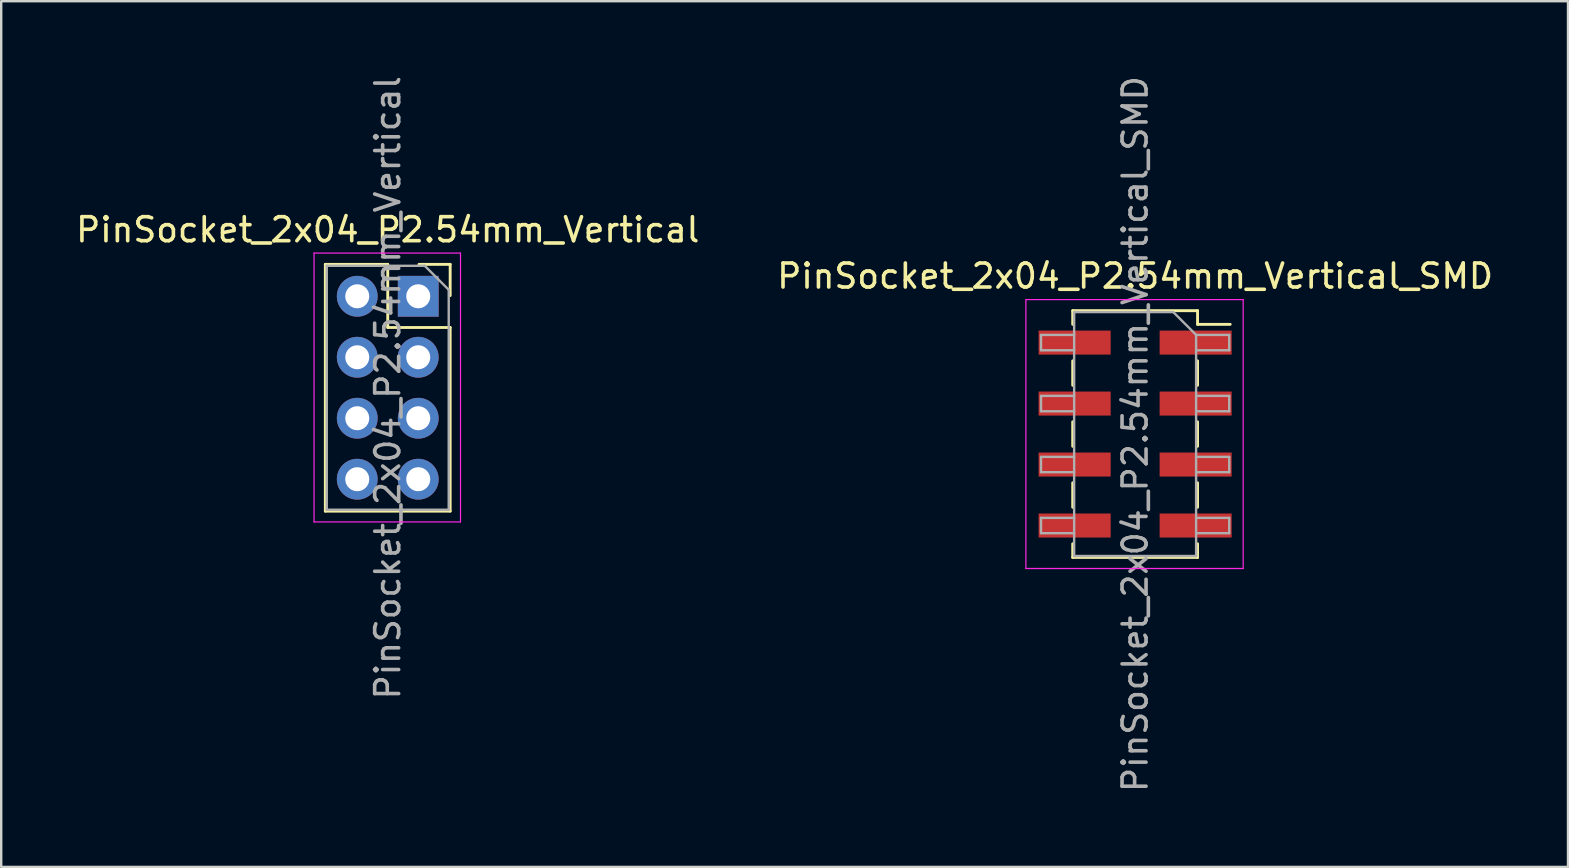
<source format=kicad_pcb>
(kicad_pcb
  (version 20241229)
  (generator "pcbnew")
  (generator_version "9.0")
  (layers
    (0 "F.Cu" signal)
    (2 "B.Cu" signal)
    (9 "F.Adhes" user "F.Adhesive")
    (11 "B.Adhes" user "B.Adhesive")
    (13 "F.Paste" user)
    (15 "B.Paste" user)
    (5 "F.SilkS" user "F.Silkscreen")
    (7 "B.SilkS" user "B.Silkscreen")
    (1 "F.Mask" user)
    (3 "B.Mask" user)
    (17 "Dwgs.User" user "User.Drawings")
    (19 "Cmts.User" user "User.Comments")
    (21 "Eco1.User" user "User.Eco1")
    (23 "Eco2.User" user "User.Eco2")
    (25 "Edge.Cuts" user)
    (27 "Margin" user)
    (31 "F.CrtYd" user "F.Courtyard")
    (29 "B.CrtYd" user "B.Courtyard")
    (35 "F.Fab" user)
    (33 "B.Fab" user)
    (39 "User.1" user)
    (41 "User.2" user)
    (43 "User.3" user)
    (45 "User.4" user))
  (footprint "PinSocket_2x04_P2.54mm_Vertical"
    (layer "F.Cu")
    (at 14.371 9.291)
    (property "Reference" "PinSocket_2x04_P2.54mm_Vertical" (at -1.27 -2.77 0) (layer "F.SilkS") (effects (font (size 1 1) (thickness 0.15))))
    (attr through_hole)
    (fp_line (start -3.87 -1.33) (end -3.87 8.95) (stroke (width 0.12) (type solid)) (layer "F.SilkS"))
    (fp_line (start -3.87 8.95) (end 1.33 8.95) (stroke (width 0.12) (type solid)) (layer "F.SilkS"))
    (fp_line (start -1.27 -1.33) (end -3.87 -1.33) (stroke (width 0.12) (type solid)) (layer "F.SilkS"))
    (fp_line (start -1.27 1.3) (end -1.27 -1.33) (stroke (width 0.12) (type solid)) (layer "F.SilkS"))
    (fp_line (start 1.33 -1.33) (end 0.03 -1.33) (stroke (width 0.12) (type solid)) (layer "F.SilkS"))
    (fp_line (start 1.33 -0.03) (end 1.33 -1.33) (stroke (width 0.12) (type solid)) (layer "F.SilkS"))
    (fp_line (start 1.33 1.3) (end -1.27 1.3) (stroke (width 0.12) (type solid)) (layer "F.SilkS"))
    (fp_line (start 1.33 8.95) (end 1.33 1.3) (stroke (width 0.12) (type solid)) (layer "F.SilkS"))
    (fp_line (start -4.34 -1.8) (end 1.76 -1.8) (stroke (width 0.05) (type solid)) (layer "F.CrtYd"))
    (fp_line (start -4.34 9.4) (end -4.34 -1.8) (stroke (width 0.05) (type solid)) (layer "F.CrtYd"))
    (fp_line (start 1.76 -1.8) (end 1.76 9.4) (stroke (width 0.05) (type solid)) (layer "F.CrtYd"))
    (fp_line (start 1.76 9.4) (end -4.34 9.4) (stroke (width 0.05) (type solid)) (layer "F.CrtYd"))
    (fp_line (start -3.81 -1.27) (end 0.27 -1.27) (stroke (width 0.1) (type solid)) (layer "F.Fab"))
    (fp_line (start -3.81 8.89) (end -3.81 -1.27) (stroke (width 0.1) (type solid)) (layer "F.Fab"))
    (fp_line (start 0.27 -1.27) (end 1.27 -0.27) (stroke (width 0.1) (type solid)) (layer "F.Fab"))
    (fp_line (start 1.27 -0.27) (end 1.27 8.89) (stroke (width 0.1) (type solid)) (layer "F.Fab"))
    (fp_line (start 1.27 8.89) (end -3.81 8.89) (stroke (width 0.1) (type solid)) (layer "F.Fab"))
    (fp_text user "${REFERENCE}" (at -1.27 3.81 90) (layer "F.Fab") (effects (font (size 1 1) (thickness 0.15))))
    (pad "1" thru_hole rect (at 0 0) (size 1.7 1.7) (drill 1) (layers "*.Cu" "*.Mask"))
    (pad "2" thru_hole oval (at -2.54 0) (size 1.7 1.7) (drill 1) (layers "*.Cu" "*.Mask"))
    (pad "3" thru_hole oval (at 0 2.54) (size 1.7 1.7) (drill 1) (layers "*.Cu" "*.Mask"))
    (pad "4" thru_hole oval (at -2.54 2.54) (size 1.7 1.7) (drill 1) (layers "*.Cu" "*.Mask"))
    (pad "5" thru_hole oval (at 0 5.08) (size 1.7 1.7) (drill 1) (layers "*.Cu" "*.Mask"))
    (pad "6" thru_hole oval (at -2.54 5.08) (size 1.7 1.7) (drill 1) (layers "*.Cu" "*.Mask"))
    (pad "7" thru_hole oval (at 0 7.62) (size 1.7 1.7) (drill 1) (layers "*.Cu" "*.Mask"))
    (pad "8" thru_hole oval (at -2.54 7.62) (size 1.7 1.7) (drill 1) (layers "*.Cu" "*.Mask")))
  (footprint "PinSocket_2x04_P2.54mm_Vertical_SMD"
    (layer "F.Cu")
    (at 44.232 15.03)
    (property "Reference" "PinSocket_2x04_P2.54mm_Vertical_SMD" (at 0 -6.58 0) (layer "F.SilkS") (effects (font (size 1 1) (thickness 0.15))))
    (attr smd)
    (fp_line (start -2.6 -5.14) (end -2.6 -4.57) (stroke (width 0.12) (type solid)) (layer "F.SilkS"))
    (fp_line (start -2.6 -5.14) (end 2.6 -5.14) (stroke (width 0.12) (type solid)) (layer "F.SilkS"))
    (fp_line (start -2.6 -3.05) (end -2.6 -2.03) (stroke (width 0.12) (type solid)) (layer "F.SilkS"))
    (fp_line (start -2.6 -0.51) (end -2.6 0.51) (stroke (width 0.12) (type solid)) (layer "F.SilkS"))
    (fp_line (start -2.6 2.03) (end -2.6 3.05) (stroke (width 0.12) (type solid)) (layer "F.SilkS"))
    (fp_line (start -2.6 4.57) (end -2.6 5.14) (stroke (width 0.12) (type solid)) (layer "F.SilkS"))
    (fp_line (start -2.6 5.14) (end 2.6 5.14) (stroke (width 0.12) (type solid)) (layer "F.SilkS"))
    (fp_line (start 2.6 -5.14) (end 2.6 -4.57) (stroke (width 0.12) (type solid)) (layer "F.SilkS"))
    (fp_line (start 2.6 -4.57) (end 3.96 -4.57) (stroke (width 0.12) (type solid)) (layer "F.SilkS"))
    (fp_line (start 2.6 -3.05) (end 2.6 -2.03) (stroke (width 0.12) (type solid)) (layer "F.SilkS"))
    (fp_line (start 2.6 -0.51) (end 2.6 0.51) (stroke (width 0.12) (type solid)) (layer "F.SilkS"))
    (fp_line (start 2.6 2.03) (end 2.6 3.05) (stroke (width 0.12) (type solid)) (layer "F.SilkS"))
    (fp_line (start 2.6 4.57) (end 2.6 5.14) (stroke (width 0.12) (type solid)) (layer "F.SilkS"))
    (fp_line (start -4.55 -5.6) (end 4.5 -5.6) (stroke (width 0.05) (type solid)) (layer "F.CrtYd"))
    (fp_line (start -4.55 5.6) (end -4.55 -5.6) (stroke (width 0.05) (type solid)) (layer "F.CrtYd"))
    (fp_line (start 4.5 -5.6) (end 4.5 5.6) (stroke (width 0.05) (type solid)) (layer "F.CrtYd"))
    (fp_line (start 4.5 5.6) (end -4.55 5.6) (stroke (width 0.05) (type solid)) (layer "F.CrtYd"))
    (fp_line (start -3.92 -4.13) (end -2.54 -4.13) (stroke (width 0.1) (type solid)) (layer "F.Fab"))
    (fp_line (start -3.92 -3.49) (end -3.92 -4.13) (stroke (width 0.1) (type solid)) (layer "F.Fab"))
    (fp_line (start -3.92 -1.59) (end -2.54 -1.59) (stroke (width 0.1) (type solid)) (layer "F.Fab"))
    (fp_line (start -3.92 -0.95) (end -3.92 -1.59) (stroke (width 0.1) (type solid)) (layer "F.Fab"))
    (fp_line (start -3.92 0.95) (end -2.54 0.95) (stroke (width 0.1) (type solid)) (layer "F.Fab"))
    (fp_line (start -3.92 1.59) (end -3.92 0.95) (stroke (width 0.1) (type solid)) (layer "F.Fab"))
    (fp_line (start -3.92 3.49) (end -2.54 3.49) (stroke (width 0.1) (type solid)) (layer "F.Fab"))
    (fp_line (start -3.92 4.13) (end -3.92 3.49) (stroke (width 0.1) (type solid)) (layer "F.Fab"))
    (fp_line (start -2.54 -5.08) (end 1.59 -5.08) (stroke (width 0.1) (type solid)) (layer "F.Fab"))
    (fp_line (start -2.54 -3.49) (end -3.92 -3.49) (stroke (width 0.1) (type solid)) (layer "F.Fab"))
    (fp_line (start -2.54 -0.95) (end -3.92 -0.95) (stroke (width 0.1) (type solid)) (layer "F.Fab"))
    (fp_line (start -2.54 1.59) (end -3.92 1.59) (stroke (width 0.1) (type solid)) (layer "F.Fab"))
    (fp_line (start -2.54 4.13) (end -3.92 4.13) (stroke (width 0.1) (type solid)) (layer "F.Fab"))
    (fp_line (start -2.54 5.08) (end -2.54 -5.08) (stroke (width 0.1) (type solid)) (layer "F.Fab"))
    (fp_line (start 1.59 -5.08) (end 2.54 -4.13) (stroke (width 0.1) (type solid)) (layer "F.Fab"))
    (fp_line (start 2.54 -4.13) (end 2.54 5.08) (stroke (width 0.1) (type solid)) (layer "F.Fab"))
    (fp_line (start 2.54 -4.13) (end 3.92 -4.13) (stroke (width 0.1) (type solid)) (layer "F.Fab"))
    (fp_line (start 2.54 -1.59) (end 3.92 -1.59) (stroke (width 0.1) (type solid)) (layer "F.Fab"))
    (fp_line (start 2.54 0.95) (end 3.92 0.95) (stroke (width 0.1) (type solid)) (layer "F.Fab"))
    (fp_line (start 2.54 3.49) (end 3.92 3.49) (stroke (width 0.1) (type solid)) (layer "F.Fab"))
    (fp_line (start 2.54 5.08) (end -2.54 5.08) (stroke (width 0.1) (type solid)) (layer "F.Fab"))
    (fp_line (start 3.92 -4.13) (end 3.92 -3.49) (stroke (width 0.1) (type solid)) (layer "F.Fab"))
    (fp_line (start 3.92 -3.49) (end 2.54 -3.49) (stroke (width 0.1) (type solid)) (layer "F.Fab"))
    (fp_line (start 3.92 -1.59) (end 3.92 -0.95) (stroke (width 0.1) (type solid)) (layer "F.Fab"))
    (fp_line (start 3.92 -0.95) (end 2.54 -0.95) (stroke (width 0.1) (type solid)) (layer "F.Fab"))
    (fp_line (start 3.92 0.95) (end 3.92 1.59) (stroke (width 0.1) (type solid)) (layer "F.Fab"))
    (fp_line (start 3.92 1.59) (end 2.54 1.59) (stroke (width 0.1) (type solid)) (layer "F.Fab"))
    (fp_line (start 3.92 3.49) (end 3.92 4.13) (stroke (width 0.1) (type solid)) (layer "F.Fab"))
    (fp_line (start 3.92 4.13) (end 2.54 4.13) (stroke (width 0.1) (type solid)) (layer "F.Fab"))
    (fp_text user "${REFERENCE}" (at 0 0 90) (layer "F.Fab") (effects (font (size 1 1) (thickness 0.15))))
    (pad "1" smd rect (at 2.52 -3.81) (size 3 1) (layers "F.Cu" "F.Mask" "F.Paste"))
    (pad "2" smd rect (at -2.52 -3.81) (size 3 1) (layers "F.Cu" "F.Mask" "F.Paste"))
    (pad "3" smd rect (at 2.52 -1.27) (size 3 1) (layers "F.Cu" "F.Mask" "F.Paste"))
    (pad "4" smd rect (at -2.52 -1.27) (size 3 1) (layers "F.Cu" "F.Mask" "F.Paste"))
    (pad "5" smd rect (at 2.52 1.27) (size 3 1) (layers "F.Cu" "F.Mask" "F.Paste"))
    (pad "6" smd rect (at -2.52 1.27) (size 3 1) (layers "F.Cu" "F.Mask" "F.Paste"))
    (pad "7" smd rect (at 2.52 3.81) (size 3 1) (layers "F.Cu" "F.Mask" "F.Paste"))
    (pad "8" smd rect (at -2.52 3.81) (size 3 1) (layers "F.Cu" "F.Mask" "F.Paste")))
  (gr_rect
    (start -3 -3)
    (end 62.262 33.06)
    (stroke (width 0.1) (type default))
    (fill no)
    (layer "Edge.Cuts")))
</source>
